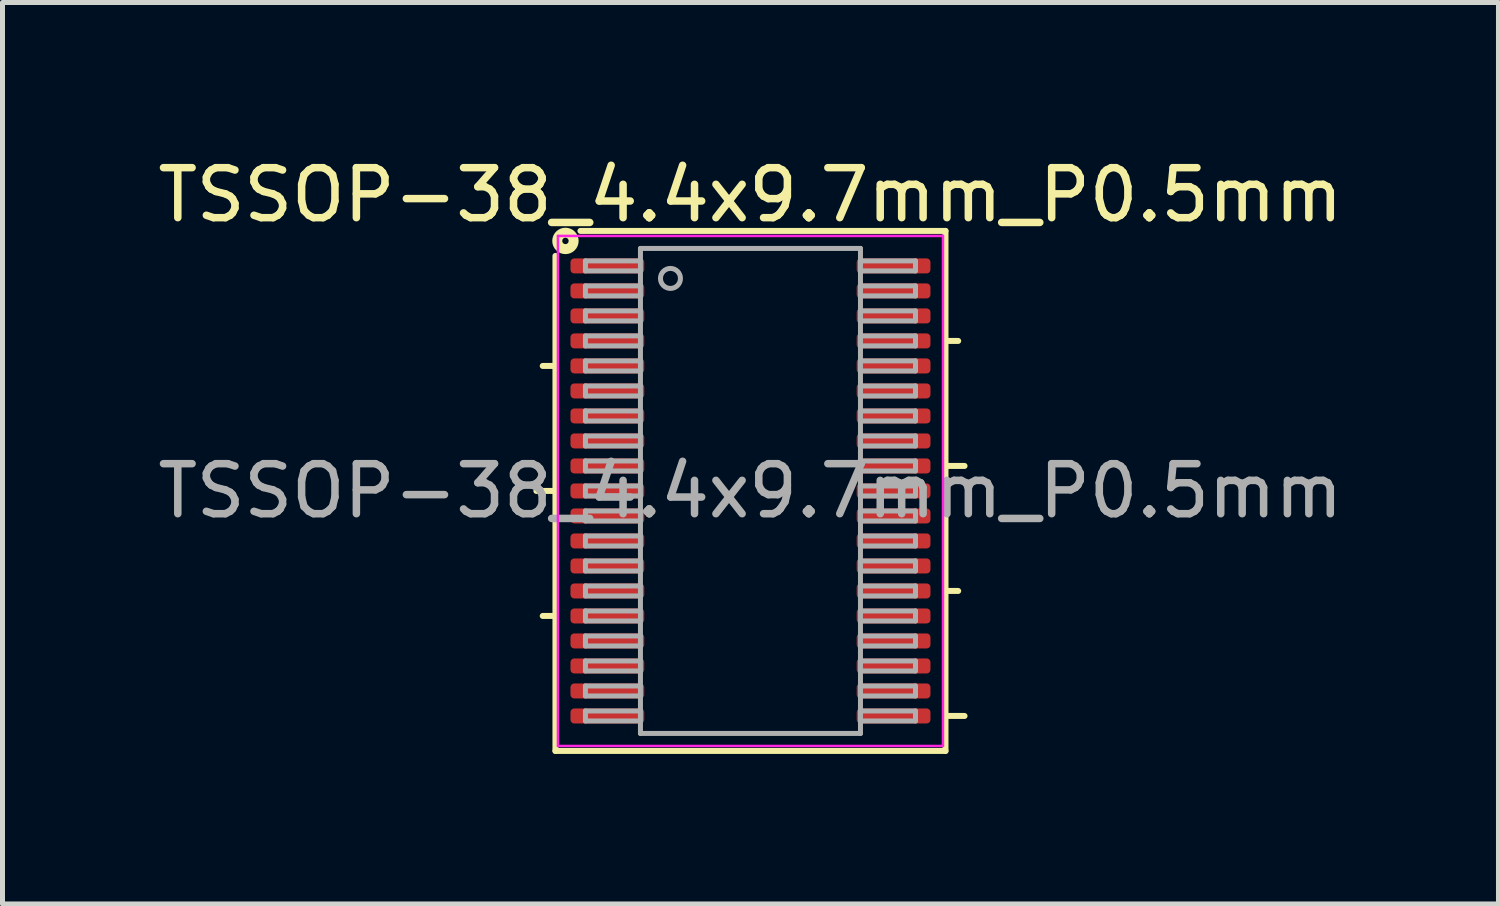
<source format=kicad_pcb>
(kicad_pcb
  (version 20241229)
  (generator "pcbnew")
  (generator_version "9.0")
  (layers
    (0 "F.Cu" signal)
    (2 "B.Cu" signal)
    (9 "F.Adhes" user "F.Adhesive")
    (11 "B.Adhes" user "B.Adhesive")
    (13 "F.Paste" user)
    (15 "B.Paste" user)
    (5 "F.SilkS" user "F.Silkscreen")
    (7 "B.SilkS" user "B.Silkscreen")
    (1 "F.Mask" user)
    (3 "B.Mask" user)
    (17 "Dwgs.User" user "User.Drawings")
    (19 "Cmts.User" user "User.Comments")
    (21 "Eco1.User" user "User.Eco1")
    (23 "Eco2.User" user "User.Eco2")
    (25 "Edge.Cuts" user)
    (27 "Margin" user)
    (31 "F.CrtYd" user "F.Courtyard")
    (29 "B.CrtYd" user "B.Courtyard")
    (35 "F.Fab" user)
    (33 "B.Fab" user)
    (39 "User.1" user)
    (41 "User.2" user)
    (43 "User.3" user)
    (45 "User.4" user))
  (footprint "TSSOP-38_4.4x9.7mm_P0.5mm"
    (layer "F.Cu")
    (at 11.958 6.768)
    (property "Reference" "TSSOP-38_4.4x9.7mm_P0.5mm" (at 0 -5.92 0) (layer "F.SilkS") (effects (font (size 1 1) (thickness 0.15))))
    (attr smd)
    (fp_line (start -3.9 -4.7) (end -3.9 5.2) (stroke (width 0.12) (type solid)) (layer "F.SilkS"))
    (fp_line (start -3.9 -2.5) (end -4.154 -2.5) (stroke (width 0.12) (type solid)) (layer "F.SilkS"))
    (fp_line (start -3.9 0) (end -4.281 0) (stroke (width 0.12) (type solid)) (layer "F.SilkS"))
    (fp_line (start -3.9 2.5) (end -4.154 2.5) (stroke (width 0.12) (type solid)) (layer "F.SilkS"))
    (fp_line (start -3.9 5.2) (end 3.9 5.2) (stroke (width 0.12) (type solid)) (layer "F.SilkS"))
    (fp_line (start 3.9 -5.2) (end -3.4 -5.2) (stroke (width 0.12) (type solid)) (layer "F.SilkS"))
    (fp_line (start 3.9 -3) (end 4.154 -3) (stroke (width 0.12) (type solid)) (layer "F.SilkS"))
    (fp_line (start 3.9 -0.5) (end 4.281 -0.5) (stroke (width 0.12) (type solid)) (layer "F.SilkS"))
    (fp_line (start 3.9 2) (end 4.154 2) (stroke (width 0.12) (type solid)) (layer "F.SilkS"))
    (fp_line (start 3.9 4.5) (end 4.281 4.5) (stroke (width 0.12) (type solid)) (layer "F.SilkS"))
    (fp_line (start 3.9 5.2) (end 3.9 -5.2) (stroke (width 0.12) (type solid)) (layer "F.SilkS"))
    (fp_circle (center -3.7 -5) (end -3.636 -5) (stroke (width 0.2) (type solid)) (fill no) (layer "F.SilkS"))
    (fp_line (start -3.85 -5.1) (end -3.85 5.1) (stroke (width 0.05) (type solid)) (layer "F.CrtYd"))
    (fp_line (start -3.85 5.1) (end 3.85 5.1) (stroke (width 0.05) (type solid)) (layer "F.CrtYd"))
    (fp_line (start 3.85 -5.1) (end -3.85 -5.1) (stroke (width 0.05) (type solid)) (layer "F.CrtYd"))
    (fp_line (start 3.85 5.1) (end 3.85 -5.1) (stroke (width 0.05) (type solid)) (layer "F.CrtYd"))
    (fp_line (start -3.3 -4.6) (end -3.3 -4.4) (stroke (width 0.1) (type solid)) (layer "F.Fab"))
    (fp_line (start -3.3 -4.4) (end -2.2 -4.4) (stroke (width 0.1) (type solid)) (layer "F.Fab"))
    (fp_line (start -3.3 -4.1) (end -3.3 -3.9) (stroke (width 0.1) (type solid)) (layer "F.Fab"))
    (fp_line (start -3.3 -3.9) (end -2.2 -3.9) (stroke (width 0.1) (type solid)) (layer "F.Fab"))
    (fp_line (start -3.3 -3.6) (end -3.3 -3.4) (stroke (width 0.1) (type solid)) (layer "F.Fab"))
    (fp_line (start -3.3 -3.4) (end -2.2 -3.4) (stroke (width 0.1) (type solid)) (layer "F.Fab"))
    (fp_line (start -3.3 -3.1) (end -3.3 -2.9) (stroke (width 0.1) (type solid)) (layer "F.Fab"))
    (fp_line (start -3.3 -2.9) (end -2.2 -2.9) (stroke (width 0.1) (type solid)) (layer "F.Fab"))
    (fp_line (start -3.3 -2.6) (end -3.3 -2.4) (stroke (width 0.1) (type solid)) (layer "F.Fab"))
    (fp_line (start -3.3 -2.4) (end -2.2 -2.4) (stroke (width 0.1) (type solid)) (layer "F.Fab"))
    (fp_line (start -3.3 -2.1) (end -3.3 -1.9) (stroke (width 0.1) (type solid)) (layer "F.Fab"))
    (fp_line (start -3.3 -1.9) (end -2.2 -1.9) (stroke (width 0.1) (type solid)) (layer "F.Fab"))
    (fp_line (start -3.3 -1.6) (end -3.3 -1.4) (stroke (width 0.1) (type solid)) (layer "F.Fab"))
    (fp_line (start -3.3 -1.4) (end -2.2 -1.4) (stroke (width 0.1) (type solid)) (layer "F.Fab"))
    (fp_line (start -3.3 -1.1) (end -3.3 -0.9) (stroke (width 0.1) (type solid)) (layer "F.Fab"))
    (fp_line (start -3.3 -0.9) (end -2.2 -0.9) (stroke (width 0.1) (type solid)) (layer "F.Fab"))
    (fp_line (start -3.3 -0.6) (end -3.3 -0.4) (stroke (width 0.1) (type solid)) (layer "F.Fab"))
    (fp_line (start -3.3 -0.4) (end -2.2 -0.4) (stroke (width 0.1) (type solid)) (layer "F.Fab"))
    (fp_line (start -3.3 -0.1) (end -3.3 0.1) (stroke (width 0.1) (type solid)) (layer "F.Fab"))
    (fp_line (start -3.3 0.1) (end -2.2 0.1) (stroke (width 0.1) (type solid)) (layer "F.Fab"))
    (fp_line (start -3.3 0.4) (end -3.3 0.6) (stroke (width 0.1) (type solid)) (layer "F.Fab"))
    (fp_line (start -3.3 0.6) (end -2.2 0.6) (stroke (width 0.1) (type solid)) (layer "F.Fab"))
    (fp_line (start -3.3 0.9) (end -3.3 1.1) (stroke (width 0.1) (type solid)) (layer "F.Fab"))
    (fp_line (start -3.3 1.1) (end -2.2 1.1) (stroke (width 0.1) (type solid)) (layer "F.Fab"))
    (fp_line (start -3.3 1.4) (end -3.3 1.6) (stroke (width 0.1) (type solid)) (layer "F.Fab"))
    (fp_line (start -3.3 1.6) (end -2.2 1.6) (stroke (width 0.1) (type solid)) (layer "F.Fab"))
    (fp_line (start -3.3 1.9) (end -3.3 2.1) (stroke (width 0.1) (type solid)) (layer "F.Fab"))
    (fp_line (start -3.3 2.1) (end -2.2 2.1) (stroke (width 0.1) (type solid)) (layer "F.Fab"))
    (fp_line (start -3.3 2.4) (end -3.3 2.6) (stroke (width 0.1) (type solid)) (layer "F.Fab"))
    (fp_line (start -3.3 2.6) (end -2.2 2.6) (stroke (width 0.1) (type solid)) (layer "F.Fab"))
    (fp_line (start -3.3 2.9) (end -3.3 3.1) (stroke (width 0.1) (type solid)) (layer "F.Fab"))
    (fp_line (start -3.3 3.1) (end -2.2 3.1) (stroke (width 0.1) (type solid)) (layer "F.Fab"))
    (fp_line (start -3.3 3.4) (end -3.3 3.6) (stroke (width 0.1) (type solid)) (layer "F.Fab"))
    (fp_line (start -3.3 3.6) (end -2.2 3.6) (stroke (width 0.1) (type solid)) (layer "F.Fab"))
    (fp_line (start -3.3 3.9) (end -3.3 4.1) (stroke (width 0.1) (type solid)) (layer "F.Fab"))
    (fp_line (start -3.3 4.1) (end -2.2 4.1) (stroke (width 0.1) (type solid)) (layer "F.Fab"))
    (fp_line (start -3.3 4.4) (end -3.3 4.6) (stroke (width 0.1) (type solid)) (layer "F.Fab"))
    (fp_line (start -3.3 4.6) (end -2.2 4.6) (stroke (width 0.1) (type solid)) (layer "F.Fab"))
    (fp_line (start -2.2 -4.85) (end 2.2 -4.85) (stroke (width 0.1) (type solid)) (layer "F.Fab"))
    (fp_line (start -2.2 -4.6) (end -3.3 -4.6) (stroke (width 0.1) (type solid)) (layer "F.Fab"))
    (fp_line (start -2.2 -4.1) (end -3.3 -4.1) (stroke (width 0.1) (type solid)) (layer "F.Fab"))
    (fp_line (start -2.2 -3.6) (end -3.3 -3.6) (stroke (width 0.1) (type solid)) (layer "F.Fab"))
    (fp_line (start -2.2 -3.1) (end -3.3 -3.1) (stroke (width 0.1) (type solid)) (layer "F.Fab"))
    (fp_line (start -2.2 -2.6) (end -3.3 -2.6) (stroke (width 0.1) (type solid)) (layer "F.Fab"))
    (fp_line (start -2.2 -2.1) (end -3.3 -2.1) (stroke (width 0.1) (type solid)) (layer "F.Fab"))
    (fp_line (start -2.2 -1.6) (end -3.3 -1.6) (stroke (width 0.1) (type solid)) (layer "F.Fab"))
    (fp_line (start -2.2 -1.1) (end -3.3 -1.1) (stroke (width 0.1) (type solid)) (layer "F.Fab"))
    (fp_line (start -2.2 -0.6) (end -3.3 -0.6) (stroke (width 0.1) (type solid)) (layer "F.Fab"))
    (fp_line (start -2.2 -0.1) (end -3.3 -0.1) (stroke (width 0.1) (type solid)) (layer "F.Fab"))
    (fp_line (start -2.2 0.4) (end -3.3 0.4) (stroke (width 0.1) (type solid)) (layer "F.Fab"))
    (fp_line (start -2.2 0.9) (end -3.3 0.9) (stroke (width 0.1) (type solid)) (layer "F.Fab"))
    (fp_line (start -2.2 1.4) (end -3.3 1.4) (stroke (width 0.1) (type solid)) (layer "F.Fab"))
    (fp_line (start -2.2 1.9) (end -3.3 1.9) (stroke (width 0.1) (type solid)) (layer "F.Fab"))
    (fp_line (start -2.2 2.4) (end -3.3 2.4) (stroke (width 0.1) (type solid)) (layer "F.Fab"))
    (fp_line (start -2.2 2.9) (end -3.3 2.9) (stroke (width 0.1) (type solid)) (layer "F.Fab"))
    (fp_line (start -2.2 3.4) (end -3.3 3.4) (stroke (width 0.1) (type solid)) (layer "F.Fab"))
    (fp_line (start -2.2 3.9) (end -3.3 3.9) (stroke (width 0.1) (type solid)) (layer "F.Fab"))
    (fp_line (start -2.2 4.4) (end -3.3 4.4) (stroke (width 0.1) (type solid)) (layer "F.Fab"))
    (fp_line (start -2.2 4.85) (end -2.2 -4.85) (stroke (width 0.1) (type solid)) (layer "F.Fab"))
    (fp_line (start 2.2 -4.85) (end 2.2 4.85) (stroke (width 0.1) (type solid)) (layer "F.Fab"))
    (fp_line (start 2.2 -4.4) (end 3.3 -4.4) (stroke (width 0.1) (type solid)) (layer "F.Fab"))
    (fp_line (start 2.2 -3.9) (end 3.3 -3.9) (stroke (width 0.1) (type solid)) (layer "F.Fab"))
    (fp_line (start 2.2 -3.4) (end 3.3 -3.4) (stroke (width 0.1) (type solid)) (layer "F.Fab"))
    (fp_line (start 2.2 -2.9) (end 3.3 -2.9) (stroke (width 0.1) (type solid)) (layer "F.Fab"))
    (fp_line (start 2.2 -2.4) (end 3.3 -2.4) (stroke (width 0.1) (type solid)) (layer "F.Fab"))
    (fp_line (start 2.2 -1.9) (end 3.3 -1.9) (stroke (width 0.1) (type solid)) (layer "F.Fab"))
    (fp_line (start 2.2 -1.4) (end 3.3 -1.4) (stroke (width 0.1) (type solid)) (layer "F.Fab"))
    (fp_line (start 2.2 -0.9) (end 3.3 -0.9) (stroke (width 0.1) (type solid)) (layer "F.Fab"))
    (fp_line (start 2.2 -0.4) (end 3.3 -0.4) (stroke (width 0.1) (type solid)) (layer "F.Fab"))
    (fp_line (start 2.2 0.1) (end 3.3 0.1) (stroke (width 0.1) (type solid)) (layer "F.Fab"))
    (fp_line (start 2.2 0.6) (end 3.3 0.6) (stroke (width 0.1) (type solid)) (layer "F.Fab"))
    (fp_line (start 2.2 1.1) (end 3.3 1.1) (stroke (width 0.1) (type solid)) (layer "F.Fab"))
    (fp_line (start 2.2 1.6) (end 3.3 1.6) (stroke (width 0.1) (type solid)) (layer "F.Fab"))
    (fp_line (start 2.2 2.1) (end 3.3 2.1) (stroke (width 0.1) (type solid)) (layer "F.Fab"))
    (fp_line (start 2.2 2.6) (end 3.3 2.6) (stroke (width 0.1) (type solid)) (layer "F.Fab"))
    (fp_line (start 2.2 3.1) (end 3.3 3.1) (stroke (width 0.1) (type solid)) (layer "F.Fab"))
    (fp_line (start 2.2 3.6) (end 3.3 3.6) (stroke (width 0.1) (type solid)) (layer "F.Fab"))
    (fp_line (start 2.2 4.1) (end 3.3 4.1) (stroke (width 0.1) (type solid)) (layer "F.Fab"))
    (fp_line (start 2.2 4.6) (end 3.3 4.6) (stroke (width 0.1) (type solid)) (layer "F.Fab"))
    (fp_line (start 2.2 4.85) (end -2.2 4.85) (stroke (width 0.1) (type solid)) (layer "F.Fab"))
    (fp_line (start 3.3 -4.6) (end 2.2 -4.6) (stroke (width 0.1) (type solid)) (layer "F.Fab"))
    (fp_line (start 3.3 -4.4) (end 3.3 -4.6) (stroke (width 0.1) (type solid)) (layer "F.Fab"))
    (fp_line (start 3.3 -4.1) (end 2.2 -4.1) (stroke (width 0.1) (type solid)) (layer "F.Fab"))
    (fp_line (start 3.3 -3.9) (end 3.3 -4.1) (stroke (width 0.1) (type solid)) (layer "F.Fab"))
    (fp_line (start 3.3 -3.6) (end 2.2 -3.6) (stroke (width 0.1) (type solid)) (layer "F.Fab"))
    (fp_line (start 3.3 -3.4) (end 3.3 -3.6) (stroke (width 0.1) (type solid)) (layer "F.Fab"))
    (fp_line (start 3.3 -3.1) (end 2.2 -3.1) (stroke (width 0.1) (type solid)) (layer "F.Fab"))
    (fp_line (start 3.3 -2.9) (end 3.3 -3.1) (stroke (width 0.1) (type solid)) (layer "F.Fab"))
    (fp_line (start 3.3 -2.6) (end 2.2 -2.6) (stroke (width 0.1) (type solid)) (layer "F.Fab"))
    (fp_line (start 3.3 -2.4) (end 3.3 -2.6) (stroke (width 0.1) (type solid)) (layer "F.Fab"))
    (fp_line (start 3.3 -2.1) (end 2.2 -2.1) (stroke (width 0.1) (type solid)) (layer "F.Fab"))
    (fp_line (start 3.3 -1.9) (end 3.3 -2.1) (stroke (width 0.1) (type solid)) (layer "F.Fab"))
    (fp_line (start 3.3 -1.6) (end 2.2 -1.6) (stroke (width 0.1) (type solid)) (layer "F.Fab"))
    (fp_line (start 3.3 -1.4) (end 3.3 -1.6) (stroke (width 0.1) (type solid)) (layer "F.Fab"))
    (fp_line (start 3.3 -1.1) (end 2.2 -1.1) (stroke (width 0.1) (type solid)) (layer "F.Fab"))
    (fp_line (start 3.3 -0.9) (end 3.3 -1.1) (stroke (width 0.1) (type solid)) (layer "F.Fab"))
    (fp_line (start 3.3 -0.6) (end 2.2 -0.6) (stroke (width 0.1) (type solid)) (layer "F.Fab"))
    (fp_line (start 3.3 -0.4) (end 3.3 -0.6) (stroke (width 0.1) (type solid)) (layer "F.Fab"))
    (fp_line (start 3.3 -0.1) (end 2.2 -0.1) (stroke (width 0.1) (type solid)) (layer "F.Fab"))
    (fp_line (start 3.3 0.1) (end 3.3 -0.1) (stroke (width 0.1) (type solid)) (layer "F.Fab"))
    (fp_line (start 3.3 0.4) (end 2.2 0.4) (stroke (width 0.1) (type solid)) (layer "F.Fab"))
    (fp_line (start 3.3 0.6) (end 3.3 0.4) (stroke (width 0.1) (type solid)) (layer "F.Fab"))
    (fp_line (start 3.3 0.9) (end 2.2 0.9) (stroke (width 0.1) (type solid)) (layer "F.Fab"))
    (fp_line (start 3.3 1.1) (end 3.3 0.9) (stroke (width 0.1) (type solid)) (layer "F.Fab"))
    (fp_line (start 3.3 1.4) (end 2.2 1.4) (stroke (width 0.1) (type solid)) (layer "F.Fab"))
    (fp_line (start 3.3 1.6) (end 3.3 1.4) (stroke (width 0.1) (type solid)) (layer "F.Fab"))
    (fp_line (start 3.3 1.9) (end 2.2 1.9) (stroke (width 0.1) (type solid)) (layer "F.Fab"))
    (fp_line (start 3.3 2.1) (end 3.3 1.9) (stroke (width 0.1) (type solid)) (layer "F.Fab"))
    (fp_line (start 3.3 2.4) (end 2.2 2.4) (stroke (width 0.1) (type solid)) (layer "F.Fab"))
    (fp_line (start 3.3 2.6) (end 3.3 2.4) (stroke (width 0.1) (type solid)) (layer "F.Fab"))
    (fp_line (start 3.3 2.9) (end 2.2 2.9) (stroke (width 0.1) (type solid)) (layer "F.Fab"))
    (fp_line (start 3.3 3.1) (end 3.3 2.9) (stroke (width 0.1) (type solid)) (layer "F.Fab"))
    (fp_line (start 3.3 3.4) (end 2.2 3.4) (stroke (width 0.1) (type solid)) (layer "F.Fab"))
    (fp_line (start 3.3 3.6) (end 3.3 3.4) (stroke (width 0.1) (type solid)) (layer "F.Fab"))
    (fp_line (start 3.3 3.9) (end 2.2 3.9) (stroke (width 0.1) (type solid)) (layer "F.Fab"))
    (fp_line (start 3.3 4.1) (end 3.3 3.9) (stroke (width 0.1) (type solid)) (layer "F.Fab"))
    (fp_line (start 3.3 4.4) (end 2.2 4.4) (stroke (width 0.1) (type solid)) (layer "F.Fab"))
    (fp_line (start 3.3 4.6) (end 3.3 4.4) (stroke (width 0.1) (type solid)) (layer "F.Fab"))
    (fp_circle (center -1.6 -4.25) (end -1.4 -4.25) (stroke (width 0.1) (type solid)) (fill no) (layer "F.Fab"))
    (fp_text user "${REFERENCE}" (at 0 0 0) (layer "F.Fab") (effects (font (size 1 1) (thickness 0.15))))
    (pad "1" smd roundrect (at -2.862 -4.5) (size 1.475 0.3) (layers "F.Cu" "F.Mask" "F.Paste") (roundrect_rratio 0.25))
    (pad "2" smd roundrect (at -2.862 -4) (size 1.475 0.3) (layers "F.Cu" "F.Mask" "F.Paste") (roundrect_rratio 0.25))
    (pad "3" smd roundrect (at -2.862 -3.5) (size 1.475 0.3) (layers "F.Cu" "F.Mask" "F.Paste") (roundrect_rratio 0.25))
    (pad "4" smd roundrect (at -2.862 -3) (size 1.475 0.3) (layers "F.Cu" "F.Mask" "F.Paste") (roundrect_rratio 0.25))
    (pad "5" smd roundrect (at -2.862 -2.5) (size 1.475 0.3) (layers "F.Cu" "F.Mask" "F.Paste") (roundrect_rratio 0.25))
    (pad "6" smd roundrect (at -2.862 -2) (size 1.475 0.3) (layers "F.Cu" "F.Mask" "F.Paste") (roundrect_rratio 0.25))
    (pad "7" smd roundrect (at -2.862 -1.5) (size 1.475 0.3) (layers "F.Cu" "F.Mask" "F.Paste") (roundrect_rratio 0.25))
    (pad "8" smd roundrect (at -2.862 -1) (size 1.475 0.3) (layers "F.Cu" "F.Mask" "F.Paste") (roundrect_rratio 0.25))
    (pad "9" smd roundrect (at -2.862 -0.5) (size 1.475 0.3) (layers "F.Cu" "F.Mask" "F.Paste") (roundrect_rratio 0.25))
    (pad "10" smd roundrect (at -2.862 0) (size 1.475 0.3) (layers "F.Cu" "F.Mask" "F.Paste") (roundrect_rratio 0.25))
    (pad "11" smd roundrect (at -2.862 0.5) (size 1.475 0.3) (layers "F.Cu" "F.Mask" "F.Paste") (roundrect_rratio 0.25))
    (pad "12" smd roundrect (at -2.862 1) (size 1.475 0.3) (layers "F.Cu" "F.Mask" "F.Paste") (roundrect_rratio 0.25))
    (pad "13" smd roundrect (at -2.862 1.5) (size 1.475 0.3) (layers "F.Cu" "F.Mask" "F.Paste") (roundrect_rratio 0.25))
    (pad "14" smd roundrect (at -2.862 2) (size 1.475 0.3) (layers "F.Cu" "F.Mask" "F.Paste") (roundrect_rratio 0.25))
    (pad "15" smd roundrect (at -2.862 2.5) (size 1.475 0.3) (layers "F.Cu" "F.Mask" "F.Paste") (roundrect_rratio 0.25))
    (pad "16" smd roundrect (at -2.862 3) (size 1.475 0.3) (layers "F.Cu" "F.Mask" "F.Paste") (roundrect_rratio 0.25))
    (pad "17" smd roundrect (at -2.862 3.5) (size 1.475 0.3) (layers "F.Cu" "F.Mask" "F.Paste") (roundrect_rratio 0.25))
    (pad "18" smd roundrect (at -2.862 4) (size 1.475 0.3) (layers "F.Cu" "F.Mask" "F.Paste") (roundrect_rratio 0.25))
    (pad "19" smd roundrect (at -2.862 4.5) (size 1.475 0.3) (layers "F.Cu" "F.Mask" "F.Paste") (roundrect_rratio 0.25))
    (pad "20" smd roundrect (at 2.862 4.5) (size 1.475 0.3) (layers "F.Cu" "F.Mask" "F.Paste") (roundrect_rratio 0.25))
    (pad "21" smd roundrect (at 2.862 4) (size 1.475 0.3) (layers "F.Cu" "F.Mask" "F.Paste") (roundrect_rratio 0.25))
    (pad "22" smd roundrect (at 2.862 3.5) (size 1.475 0.3) (layers "F.Cu" "F.Mask" "F.Paste") (roundrect_rratio 0.25))
    (pad "23" smd roundrect (at 2.862 3) (size 1.475 0.3) (layers "F.Cu" "F.Mask" "F.Paste") (roundrect_rratio 0.25))
    (pad "24" smd roundrect (at 2.862 2.5) (size 1.475 0.3) (layers "F.Cu" "F.Mask" "F.Paste") (roundrect_rratio 0.25))
    (pad "25" smd roundrect (at 2.862 2) (size 1.475 0.3) (layers "F.Cu" "F.Mask" "F.Paste") (roundrect_rratio 0.25))
    (pad "26" smd roundrect (at 2.862 1.5) (size 1.475 0.3) (layers "F.Cu" "F.Mask" "F.Paste") (roundrect_rratio 0.25))
    (pad "27" smd roundrect (at 2.862 1) (size 1.475 0.3) (layers "F.Cu" "F.Mask" "F.Paste") (roundrect_rratio 0.25))
    (pad "28" smd roundrect (at 2.862 0.5) (size 1.475 0.3) (layers "F.Cu" "F.Mask" "F.Paste") (roundrect_rratio 0.25))
    (pad "29" smd roundrect (at 2.862 0) (size 1.475 0.3) (layers "F.Cu" "F.Mask" "F.Paste") (roundrect_rratio 0.25))
    (pad "30" smd roundrect (at 2.862 -0.5) (size 1.475 0.3) (layers "F.Cu" "F.Mask" "F.Paste") (roundrect_rratio 0.25))
    (pad "31" smd roundrect (at 2.862 -1) (size 1.475 0.3) (layers "F.Cu" "F.Mask" "F.Paste") (roundrect_rratio 0.25))
    (pad "32" smd roundrect (at 2.862 -1.5) (size 1.475 0.3) (layers "F.Cu" "F.Mask" "F.Paste") (roundrect_rratio 0.25))
    (pad "33" smd roundrect (at 2.862 -2) (size 1.475 0.3) (layers "F.Cu" "F.Mask" "F.Paste") (roundrect_rratio 0.25))
    (pad "34" smd roundrect (at 2.862 -2.5) (size 1.475 0.3) (layers "F.Cu" "F.Mask" "F.Paste") (roundrect_rratio 0.25))
    (pad "35" smd roundrect (at 2.862 -3) (size 1.475 0.3) (layers "F.Cu" "F.Mask" "F.Paste") (roundrect_rratio 0.25))
    (pad "36" smd roundrect (at 2.862 -3.5) (size 1.475 0.3) (layers "F.Cu" "F.Mask" "F.Paste") (roundrect_rratio 0.25))
    (pad "37" smd roundrect (at 2.862 -4) (size 1.475 0.3) (layers "F.Cu" "F.Mask" "F.Paste") (roundrect_rratio 0.25))
    (pad "38" smd roundrect (at 2.862 -4.5) (size 1.475 0.3) (layers "F.Cu" "F.Mask" "F.Paste") (roundrect_rratio 0.25)))
  (gr_rect
    (start -3 -3)
    (end 26.917 15.028)
    (stroke (width 0.1) (type default))
    (fill no)
    (layer "Edge.Cuts")))
</source>
